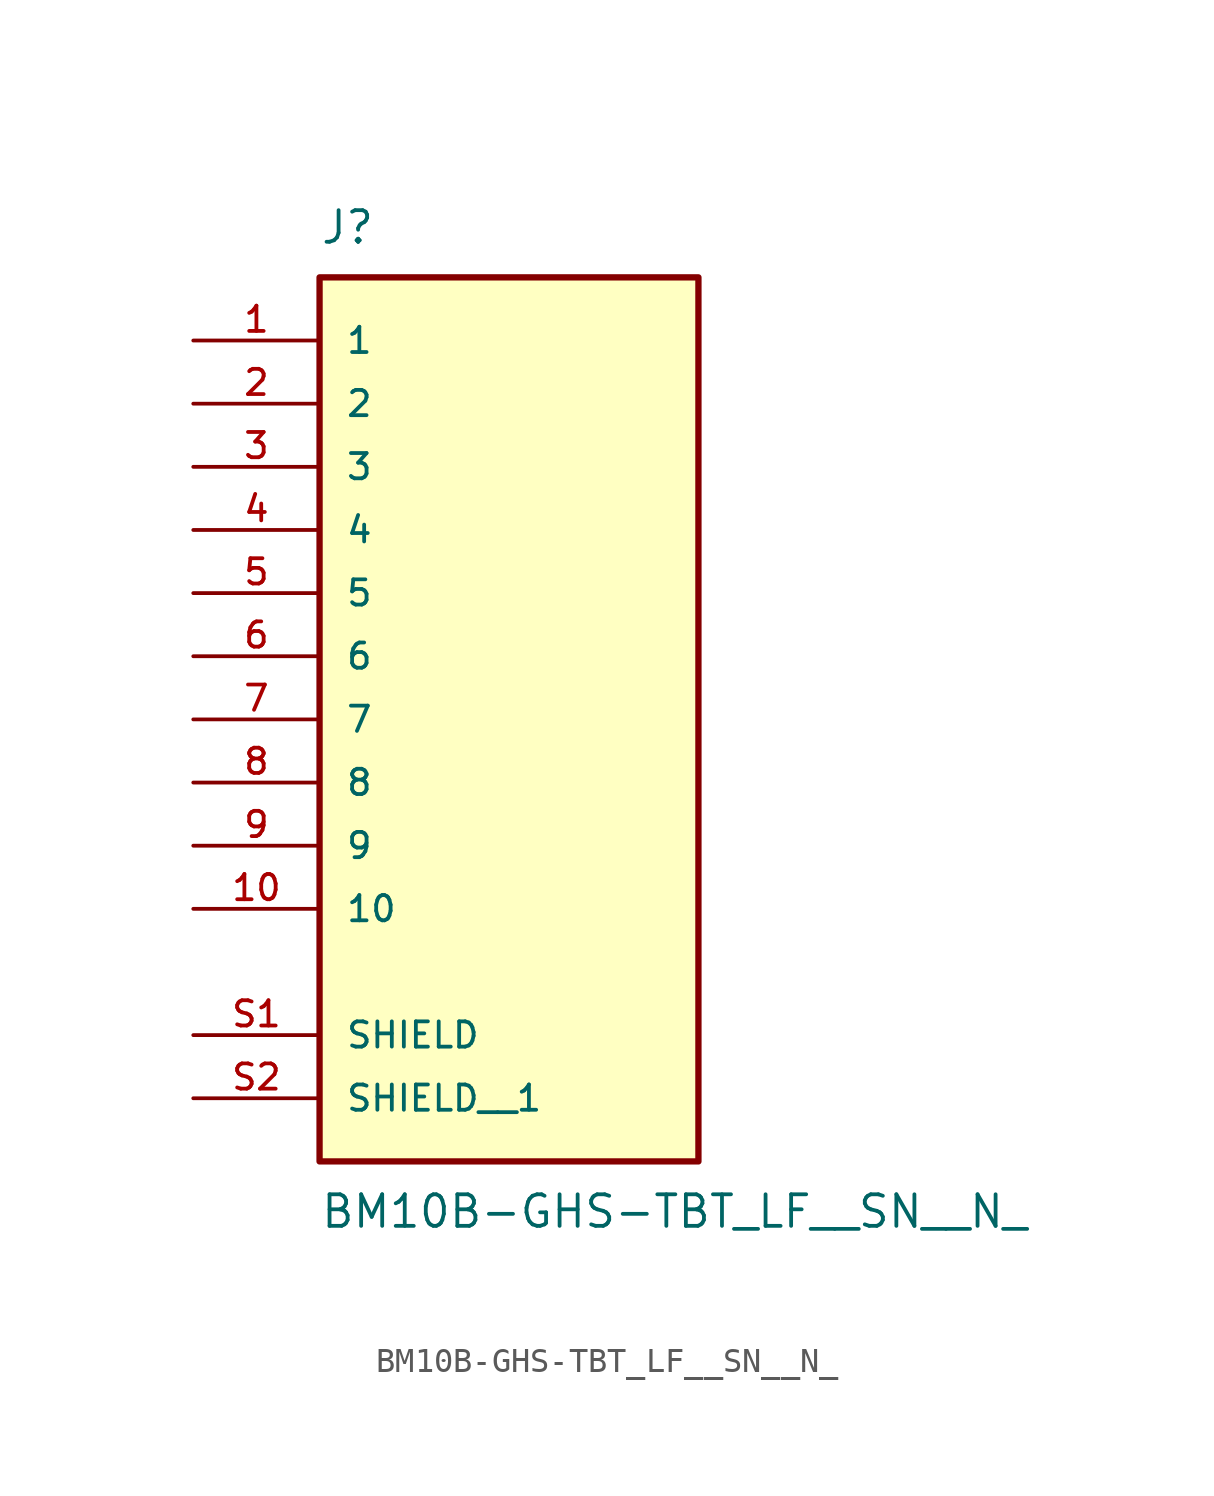
<source format=kicad_sym>
(kicad_symbol_lib
  (version 20211014)
  (generator kicad_symbol_editor)
  (symbol "BM10B-GHS-TBT_LF__SN__N_"
    (pin_names
      (offset 1.016))
    (property "Reference" "J"
      (at -7.62 16.51 0)
      (effects (font (size 1.27 1.27)) (justify bottom left)))
    (property "Value" "BM10B-GHS-TBT_LF__SN__N_"
      (at -7.62 -21.59 0)
      (effects (font (size 1.27 1.27)) (justify top left)))
    (symbol "BM10B-GHS-TBT_LF__SN__N__0_0"
      (rectangle (start -7.62 -20.32) (end 7.62 15.24) (stroke (width 0.254)) (fill (type background)))
      (pin passive line (at -12.7 12.7 0) (length 5.08) (name "1" (effects (font (size 1.016 1.016)))) (number "1" (effects (font (size 1.016 1.016)))))
      (pin passive line (at -12.7 10.16 0) (length 5.08) (name "2" (effects (font (size 1.016 1.016)))) (number "2" (effects (font (size 1.016 1.016)))))
      (pin passive line (at -12.7 7.62 0) (length 5.08) (name "3" (effects (font (size 1.016 1.016)))) (number "3" (effects (font (size 1.016 1.016)))))
      (pin passive line (at -12.7 5.08 0) (length 5.08) (name "4" (effects (font (size 1.016 1.016)))) (number "4" (effects (font (size 1.016 1.016)))))
      (pin passive line (at -12.7 2.54 0) (length 5.08) (name "5" (effects (font (size 1.016 1.016)))) (number "5" (effects (font (size 1.016 1.016)))))
      (pin passive line (at -12.7 0.0 0) (length 5.08) (name "6" (effects (font (size 1.016 1.016)))) (number "6" (effects (font (size 1.016 1.016)))))
      (pin passive line (at -12.7 -2.54 0) (length 5.08) (name "7" (effects (font (size 1.016 1.016)))) (number "7" (effects (font (size 1.016 1.016)))))
      (pin passive line (at -12.7 -5.08 0) (length 5.08) (name "8" (effects (font (size 1.016 1.016)))) (number "8" (effects (font (size 1.016 1.016)))))
      (pin passive line (at -12.7 -7.62 0) (length 5.08) (name "9" (effects (font (size 1.016 1.016)))) (number "9" (effects (font (size 1.016 1.016)))))
      (pin passive line (at -12.7 -10.16 0) (length 5.08) (name "10" (effects (font (size 1.016 1.016)))) (number "10" (effects (font (size 1.016 1.016)))))
      (pin passive line (at -12.7 -15.24 0) (length 5.08) (name "SHIELD" (effects (font (size 1.016 1.016)))) (number "S1" (effects (font (size 1.016 1.016)))))
      (pin passive line (at -12.7 -17.78 0) (length 5.08) (name "SHIELD__1" (effects (font (size 1.016 1.016)))) (number "S2" (effects (font (size 1.016 1.016))))))))
</source>
